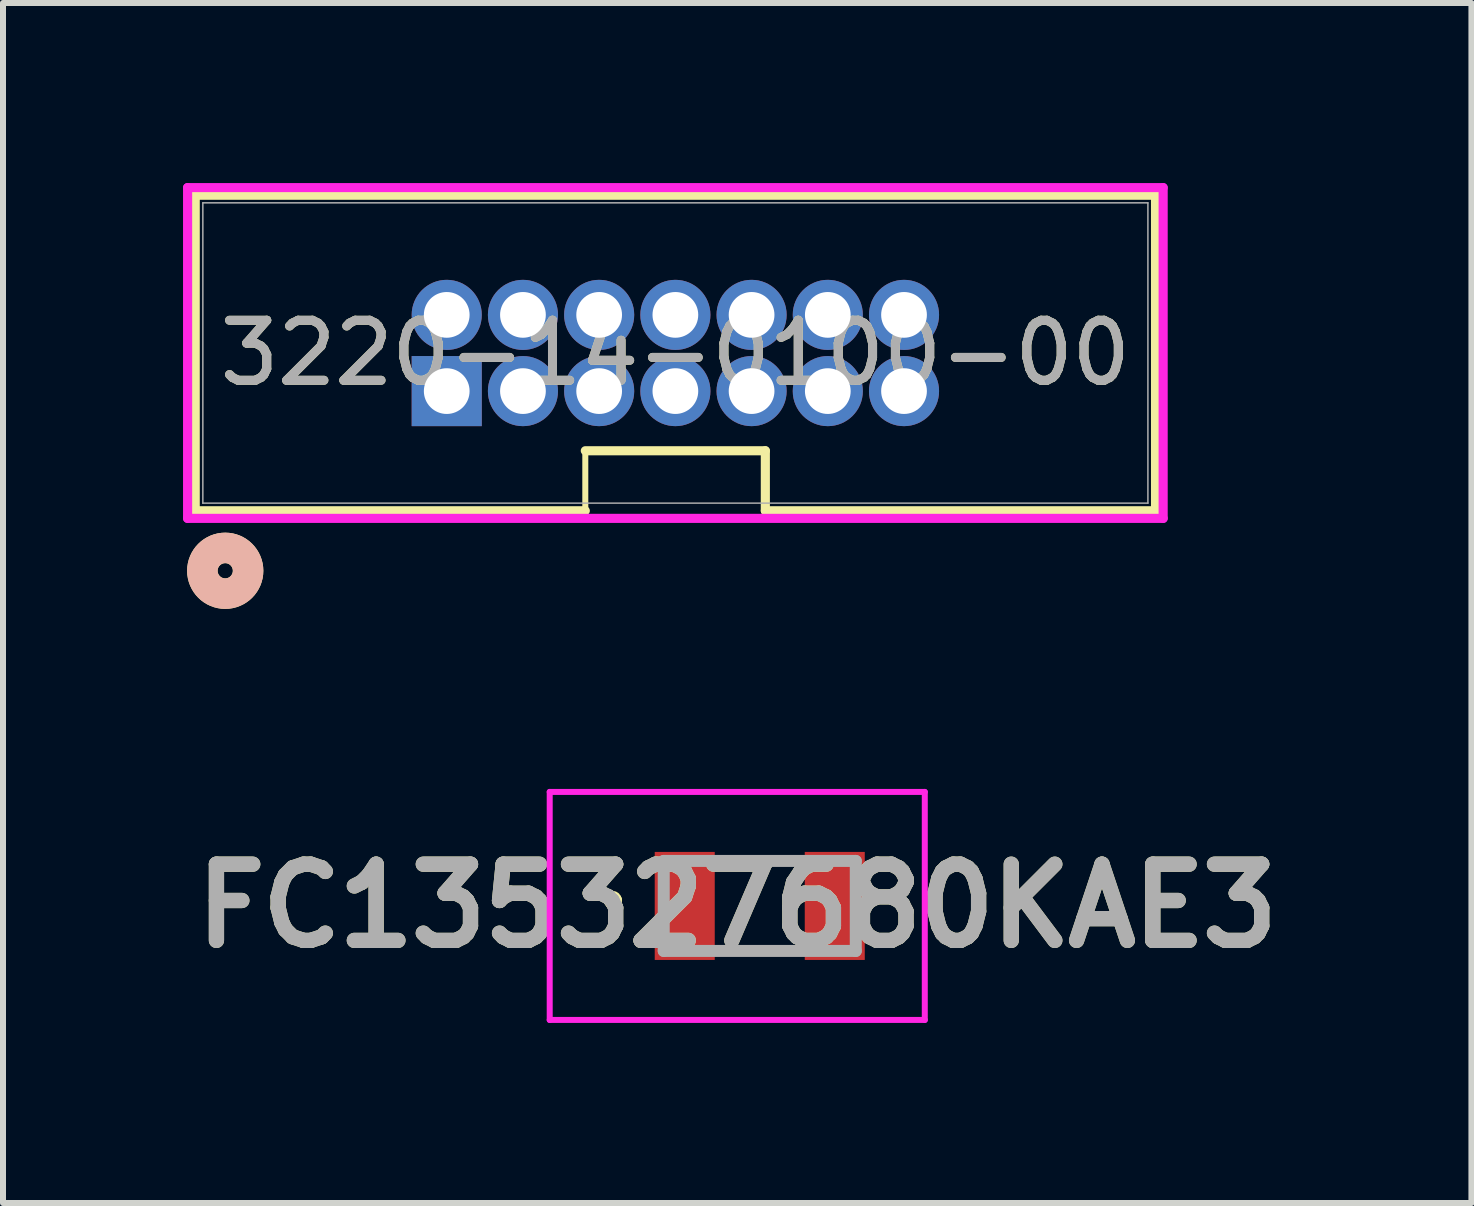
<source format=kicad_pcb>
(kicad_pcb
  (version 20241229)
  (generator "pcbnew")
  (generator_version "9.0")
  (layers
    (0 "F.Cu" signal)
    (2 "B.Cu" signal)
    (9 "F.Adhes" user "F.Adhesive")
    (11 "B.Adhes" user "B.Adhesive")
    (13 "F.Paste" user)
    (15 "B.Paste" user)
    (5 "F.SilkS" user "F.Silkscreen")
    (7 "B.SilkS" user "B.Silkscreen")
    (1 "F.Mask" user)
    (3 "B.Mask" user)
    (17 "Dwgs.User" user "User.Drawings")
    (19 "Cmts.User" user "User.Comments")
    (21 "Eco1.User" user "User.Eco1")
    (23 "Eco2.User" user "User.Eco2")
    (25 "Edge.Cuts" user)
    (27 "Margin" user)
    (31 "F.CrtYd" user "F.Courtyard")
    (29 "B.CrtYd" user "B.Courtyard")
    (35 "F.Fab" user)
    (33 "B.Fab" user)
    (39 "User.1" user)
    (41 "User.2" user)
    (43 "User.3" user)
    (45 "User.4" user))
  (footprint "3220-14-0100-00"
    (layer "F.Cu")
    (at 4.394 3.467)
    (property "Reference" "3220-14-0100-00" (at 3.81 -0.635 0) (unlocked yes) (layer "F.SilkS") (effects (font (size 1 1) (thickness 0.15))))
    (attr through_hole)
    (fp_line (start -4.191 -3.264) (end 11.811 -3.264) (stroke (width 0.152) (type solid)) (layer "F.SilkS"))
    (fp_line (start -4.191 1.994) (end -4.191 -3.264) (stroke (width 0.152) (type solid)) (layer "F.SilkS"))
    (fp_line (start 2.309 0.994) (end 2.309 1.994) (stroke (width 0.1) (type default)) (layer "F.SilkS"))
    (fp_line (start 2.309 1.994) (end -4.191 1.994) (stroke (width 0.152) (type solid)) (layer "F.SilkS"))
    (fp_line (start 5.309 0.994) (end 2.309 0.994) (stroke (width 0.152) (type solid)) (layer "F.SilkS"))
    (fp_line (start 5.309 0.994) (end 5.309 1.994) (stroke (width 0.152) (type default)) (layer "F.SilkS"))
    (fp_line (start 11.811 -3.264) (end 11.811 1.994) (stroke (width 0.152) (type solid)) (layer "F.SilkS"))
    (fp_line (start 11.811 1.994) (end 5.309 1.994) (stroke (width 0.152) (type solid)) (layer "F.SilkS"))
    (fp_circle (center -3.691 2.994) (end -3.31 2.994) (stroke (width 0.508) (type solid)) (fill no) (layer "F.SilkS"))
    (fp_circle (center -3.691 2.994) (end -3.31 2.994) (stroke (width 0.508) (type solid)) (fill no) (layer "B.SilkS"))
    (fp_line (start -4.318 -3.391) (end 11.938 -3.391) (stroke (width 0.152) (type solid)) (layer "F.CrtYd"))
    (fp_line (start -4.318 2.121) (end -4.318 -3.391) (stroke (width 0.152) (type solid)) (layer "F.CrtYd"))
    (fp_line (start 11.938 -3.391) (end 11.938 2.121) (stroke (width 0.152) (type solid)) (layer "F.CrtYd"))
    (fp_line (start 11.938 2.121) (end -4.318 2.121) (stroke (width 0.152) (type solid)) (layer "F.CrtYd"))
    (fp_line (start -4.064 -3.137) (end 11.684 -3.137) (stroke (width 0.025) (type solid)) (layer "F.Fab"))
    (fp_line (start -4.064 1.867) (end -4.064 -3.137) (stroke (width 0.025) (type solid)) (layer "F.Fab"))
    (fp_line (start 11.684 -3.137) (end 11.684 1.867) (stroke (width 0.025) (type solid)) (layer "F.Fab"))
    (fp_line (start 11.684 1.867) (end -4.064 1.867) (stroke (width 0.025) (type solid)) (layer "F.Fab"))
    (fp_text user "${REFERENCE}" (at 3.81 -0.635 0) (unlocked yes) (layer "F.Fab") (effects (font (size 1 1) (thickness 0.15))))
    (pad "1" thru_hole rect (at 0 0) (size 1.168 1.168) (drill 0.762) (layers "*.Cu" "*.Mask"))
    (pad "2" thru_hole circle (at 0 -1.27) (size 1.168 1.168) (drill 0.762) (layers "*.Cu" "*.Mask"))
    (pad "3" thru_hole circle (at 1.27 0) (size 1.168 1.168) (drill 0.762) (layers "*.Cu" "*.Mask"))
    (pad "4" thru_hole circle (at 1.27 -1.27) (size 1.168 1.168) (drill 0.762) (layers "*.Cu" "*.Mask"))
    (pad "5" thru_hole circle (at 2.54 0) (size 1.168 1.168) (drill 0.762) (layers "*.Cu" "*.Mask"))
    (pad "6" thru_hole circle (at 2.54 -1.27) (size 1.168 1.168) (drill 0.762) (layers "*.Cu" "*.Mask"))
    (pad "7" thru_hole circle (at 3.81 0) (size 1.168 1.168) (drill 0.762) (layers "*.Cu" "*.Mask"))
    (pad "8" thru_hole circle (at 3.81 -1.27) (size 1.168 1.168) (drill 0.762) (layers "*.Cu" "*.Mask"))
    (pad "9" thru_hole circle (at 5.08 0) (size 1.168 1.168) (drill 0.762) (layers "*.Cu" "*.Mask"))
    (pad "10" thru_hole circle (at 5.08 -1.27) (size 1.168 1.168) (drill 0.762) (layers "*.Cu" "*.Mask"))
    (pad "11" thru_hole circle (at 6.35 0) (size 1.168 1.168) (drill 0.762) (layers "*.Cu" "*.Mask"))
    (pad "12" thru_hole circle (at 6.35 -1.27) (size 1.168 1.168) (drill 0.762) (layers "*.Cu" "*.Mask"))
    (pad "13" thru_hole circle (at 7.62 0) (size 1.168 1.168) (drill 0.762) (layers "*.Cu" "*.Mask"))
    (pad "14" thru_hole circle (at 7.62 -1.27) (size 1.168 1.168) (drill 0.762) (layers "*.Cu" "*.Mask")))
  (footprint "FC135327680KAE3"
    (layer "F.Cu")
    (at 9.61 12.046)
    (property "Reference" "FC135327680KAE3" (at -0.375 0 0) (layer "F.SilkS") (effects (font (size 1.27 1.27) (thickness 0.254))))
    (attr smd)
    (fp_line (start -2.5 -0.1) (end -2.5 -0.1) (stroke (width 0.2) (type solid)) (layer "F.SilkS"))
    (fp_line (start -2.5 -0.1) (end -2.5 -0.1) (stroke (width 0.2) (type solid)) (layer "F.SilkS"))
    (fp_line (start -2.4 -0.1) (end -2.4 -0.1) (stroke (width 0.2) (type solid)) (layer "F.SilkS"))
    (fp_line (start -0.25 -0.75) (end -0.25 -0.75) (stroke (width 0.1) (type solid)) (layer "F.SilkS"))
    (fp_line (start -0.25 -0.75) (end 0.25 -0.75) (stroke (width 0.1) (type solid)) (layer "F.SilkS"))
    (fp_line (start -0.25 0.75) (end -0.25 0.75) (stroke (width 0.1) (type solid)) (layer "F.SilkS"))
    (fp_line (start -0.25 0.75) (end 0.25 0.75) (stroke (width 0.1) (type solid)) (layer "F.SilkS"))
    (fp_line (start 0.25 -0.75) (end -0.25 -0.75) (stroke (width 0.1) (type solid)) (layer "F.SilkS"))
    (fp_line (start 0.25 -0.75) (end 0.25 -0.75) (stroke (width 0.1) (type solid)) (layer "F.SilkS"))
    (fp_line (start 0.25 0.75) (end -0.25 0.75) (stroke (width 0.1) (type solid)) (layer "F.SilkS"))
    (fp_line (start 0.25 0.75) (end 0.25 0.75) (stroke (width 0.1) (type solid)) (layer "F.SilkS"))
    (fp_arc (start -2.5 -0.1) (mid -2.45 -0.15) (end -2.4 -0.1) (stroke (width 0.2) (type solid)) (layer "F.SilkS"))
    (fp_arc (start -2.4 -0.1) (mid -2.45 -0.05) (end -2.5 -0.1) (stroke (width 0.2) (type solid)) (layer "F.SilkS"))
    (fp_arc (start -2.4 -0.1) (mid -2.45 -0.05) (end -2.5 -0.1) (stroke (width 0.2) (type solid)) (layer "F.SilkS"))
    (fp_line (start -3.5 -1.9) (end 2.75 -1.9) (stroke (width 0.1) (type solid)) (layer "F.CrtYd"))
    (fp_line (start -3.5 1.9) (end -3.5 -1.9) (stroke (width 0.1) (type solid)) (layer "F.CrtYd"))
    (fp_line (start 2.75 -1.9) (end 2.75 1.9) (stroke (width 0.1) (type solid)) (layer "F.CrtYd"))
    (fp_line (start 2.75 1.9) (end -3.5 1.9) (stroke (width 0.1) (type solid)) (layer "F.CrtYd"))
    (fp_line (start -1.6 -0.75) (end -1.6 0.75) (stroke (width 0.2) (type solid)) (layer "F.Fab"))
    (fp_line (start -1.6 0.75) (end 1.6 0.75) (stroke (width 0.2) (type solid)) (layer "F.Fab"))
    (fp_line (start 1.6 -0.75) (end -1.6 -0.75) (stroke (width 0.2) (type solid)) (layer "F.Fab"))
    (fp_line (start 1.6 0.75) (end 1.6 -0.75) (stroke (width 0.2) (type solid)) (layer "F.Fab"))
    (fp_text user "${REFERENCE}" (at -0.375 0 0) (layer "F.Fab") (effects (font (size 1.27 1.27) (thickness 0.254))))
    (pad "1" smd rect (at -1.25 0) (size 1 1.8) (layers "F.Cu" "F.Mask" "F.Paste"))
    (pad "2" smd rect (at 1.25 0) (size 1 1.8) (layers "F.Cu" "F.Mask" "F.Paste")))
  (gr_rect
    (start -3 -3)
    (end 21.469 16.996)
    (stroke (width 0.1) (type default))
    (fill no)
    (layer "Edge.Cuts")))
</source>
